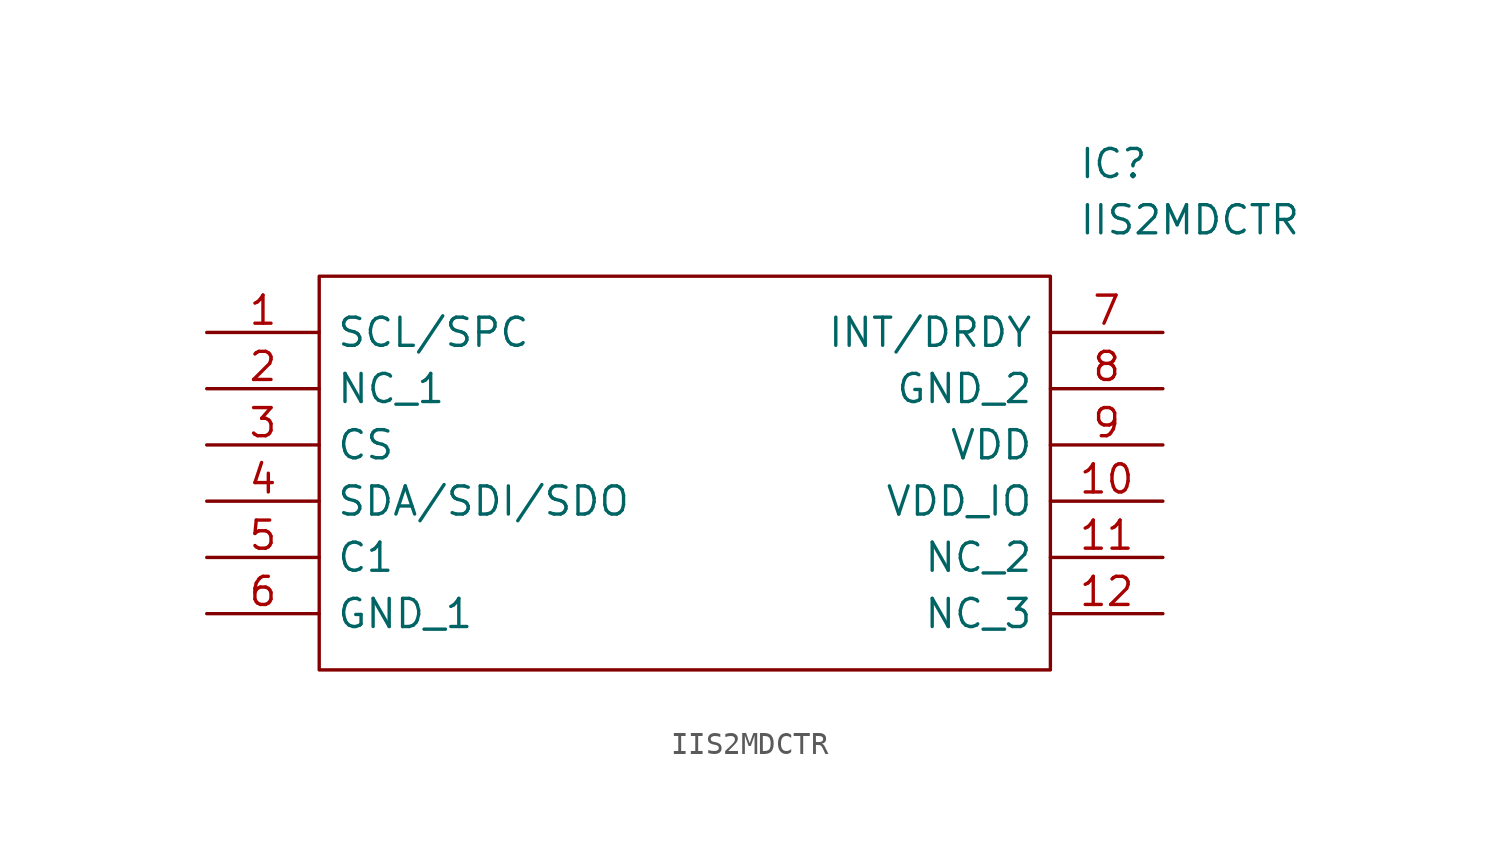
<source format=kicad_sym>
(kicad_symbol_lib
  (version 20231120)
  (generator "kicad_symbol_editor")
  (generator_version "8.0")
  (symbol "IIS2MDCTR"
    (pin_names
      (offset 0.762))
    (property "Reference" "IC"
      (at 39.37 7.62 0)
      (effects (font (size 1.27 1.27)) (justify left)))
    (property "Value" "IIS2MDCTR"
      (at 39.37 5.08 0)
      (effects (font (size 1.27 1.27)) (justify left)))
    (symbol "IIS2MDCTR_0_0"
      (pin bidirectional line (at 0 0 0) (length 5.08) (name "SCL/SPC" (effects (font (size 1.27 1.27)))) (number "1" (effects (font (size 1.27 1.27)))))
      (pin bidirectional line (at 43.18 -7.62 180) (length 5.08) (name "VDD_IO" (effects (font (size 1.27 1.27)))) (number "10" (effects (font (size 1.27 1.27)))))
      (pin bidirectional line (at 43.18 -10.16 180) (length 5.08) (name "NC_2" (effects (font (size 1.27 1.27)))) (number "11" (effects (font (size 1.27 1.27)))))
      (pin bidirectional line (at 43.18 -12.7 180) (length 5.08) (name "NC_3" (effects (font (size 1.27 1.27)))) (number "12" (effects (font (size 1.27 1.27)))))
      (pin bidirectional line (at 0 -2.54 0) (length 5.08) (name "NC_1" (effects (font (size 1.27 1.27)))) (number "2" (effects (font (size 1.27 1.27)))))
      (pin bidirectional line (at 0 -5.08 0) (length 5.08) (name "CS" (effects (font (size 1.27 1.27)))) (number "3" (effects (font (size 1.27 1.27)))))
      (pin bidirectional line (at 0 -7.62 0) (length 5.08) (name "SDA/SDI/SDO" (effects (font (size 1.27 1.27)))) (number "4" (effects (font (size 1.27 1.27)))))
      (pin bidirectional line (at 0 -10.16 0) (length 5.08) (name "C1" (effects (font (size 1.27 1.27)))) (number "5" (effects (font (size 1.27 1.27)))))
      (pin bidirectional line (at 0 -12.7 0) (length 5.08) (name "GND_1" (effects (font (size 1.27 1.27)))) (number "6" (effects (font (size 1.27 1.27)))))
      (pin bidirectional line (at 43.18 0 180) (length 5.08) (name "INT/DRDY" (effects (font (size 1.27 1.27)))) (number "7" (effects (font (size 1.27 1.27)))))
      (pin bidirectional line (at 43.18 -2.54 180) (length 5.08) (name "GND_2" (effects (font (size 1.27 1.27)))) (number "8" (effects (font (size 1.27 1.27)))))
      (pin bidirectional line (at 43.18 -5.08 180) (length 5.08) (name "VDD" (effects (font (size 1.27 1.27)))) (number "9" (effects (font (size 1.27 1.27))))))
    (symbol "IIS2MDCTR_0_1"
      (polyline (pts (xy 5.08 2.54) (xy 38.1 2.54) (xy 38.1 -15.24) (xy 5.08 -15.24) (xy 5.08 2.54)) (stroke (width 0.152) (type solid)) (fill (type none))))))
</source>
